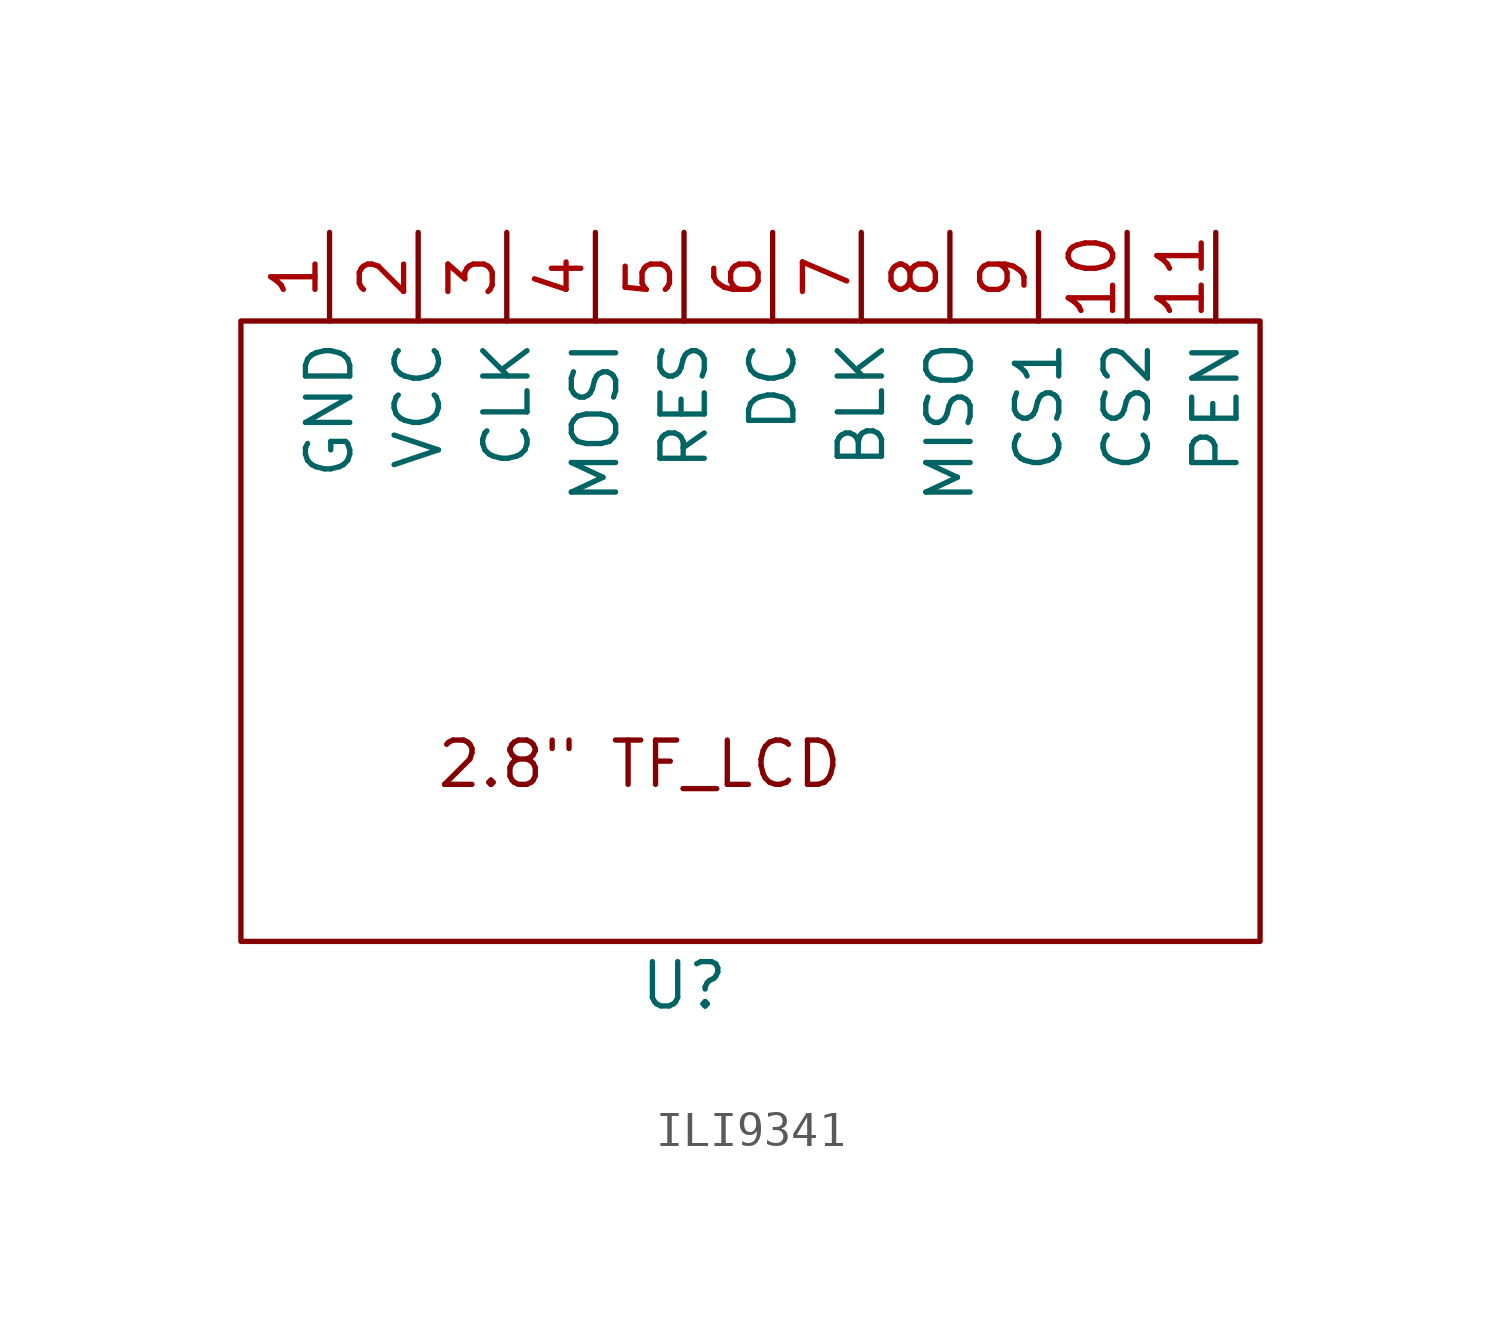
<source format=kicad_sym>
(kicad_symbol_lib
  (version 20220914)
  (generator kicad_symbol_editor)
  (symbol "ILI9341"
    (property "Reference" "U"
      (at 6.35 -15.24 0)
      (effects (font (size 1.27 1.27))))
    (property "Value" ""
      (at 0 0 0)
      (effects (font (size 1.27 1.27))))
    (symbol "ILI9341_0_1"
      (rectangle (start -6.35 3.81) (end 22.86 -13.97) (stroke (width 0) (type default)) (fill (type none)))
      (text "2.8\" TF_LCD" (at 5.08 -8.89 0) (effects (font (size 1.27 1.27)))))
    (symbol "ILI9341_1_1"
      (pin input line (at -3.81 6.35 270) (length 2.54) (name "GND" (effects (font (size 1.27 1.27)))) (number "1" (effects (font (size 1.27 1.27)))))
      (pin input line (at 19.05 6.35 270) (length 2.54) (name "CS2" (effects (font (size 1.27 1.27)))) (number "10" (effects (font (size 1.27 1.27)))))
      (pin input line (at 21.59 6.35 270) (length 2.54) (name "PEN" (effects (font (size 1.27 1.27)))) (number "11" (effects (font (size 1.27 1.27)))))
      (pin input line (at -1.27 6.35 270) (length 2.54) (name "VCC" (effects (font (size 1.27 1.27)))) (number "2" (effects (font (size 1.27 1.27)))))
      (pin input line (at 1.27 6.35 270) (length 2.54) (name "CLK" (effects (font (size 1.27 1.27)))) (number "3" (effects (font (size 1.27 1.27)))))
      (pin input line (at 3.81 6.35 270) (length 2.54) (name "MOSI" (effects (font (size 1.27 1.27)))) (number "4" (effects (font (size 1.27 1.27)))))
      (pin input line (at 6.35 6.35 270) (length 2.54) (name "RES" (effects (font (size 1.27 1.27)))) (number "5" (effects (font (size 1.27 1.27)))))
      (pin input line (at 8.89 6.35 270) (length 2.54) (name "DC" (effects (font (size 1.27 1.27)))) (number "6" (effects (font (size 1.27 1.27)))))
      (pin input line (at 11.43 6.35 270) (length 2.54) (name "BLK" (effects (font (size 1.27 1.27)))) (number "7" (effects (font (size 1.27 1.27)))))
      (pin input line (at 13.97 6.35 270) (length 2.54) (name "MISO" (effects (font (size 1.27 1.27)))) (number "8" (effects (font (size 1.27 1.27)))))
      (pin input line (at 16.51 6.35 270) (length 2.54) (name "CS1" (effects (font (size 1.27 1.27)))) (number "9" (effects (font (size 1.27 1.27))))))))
</source>
